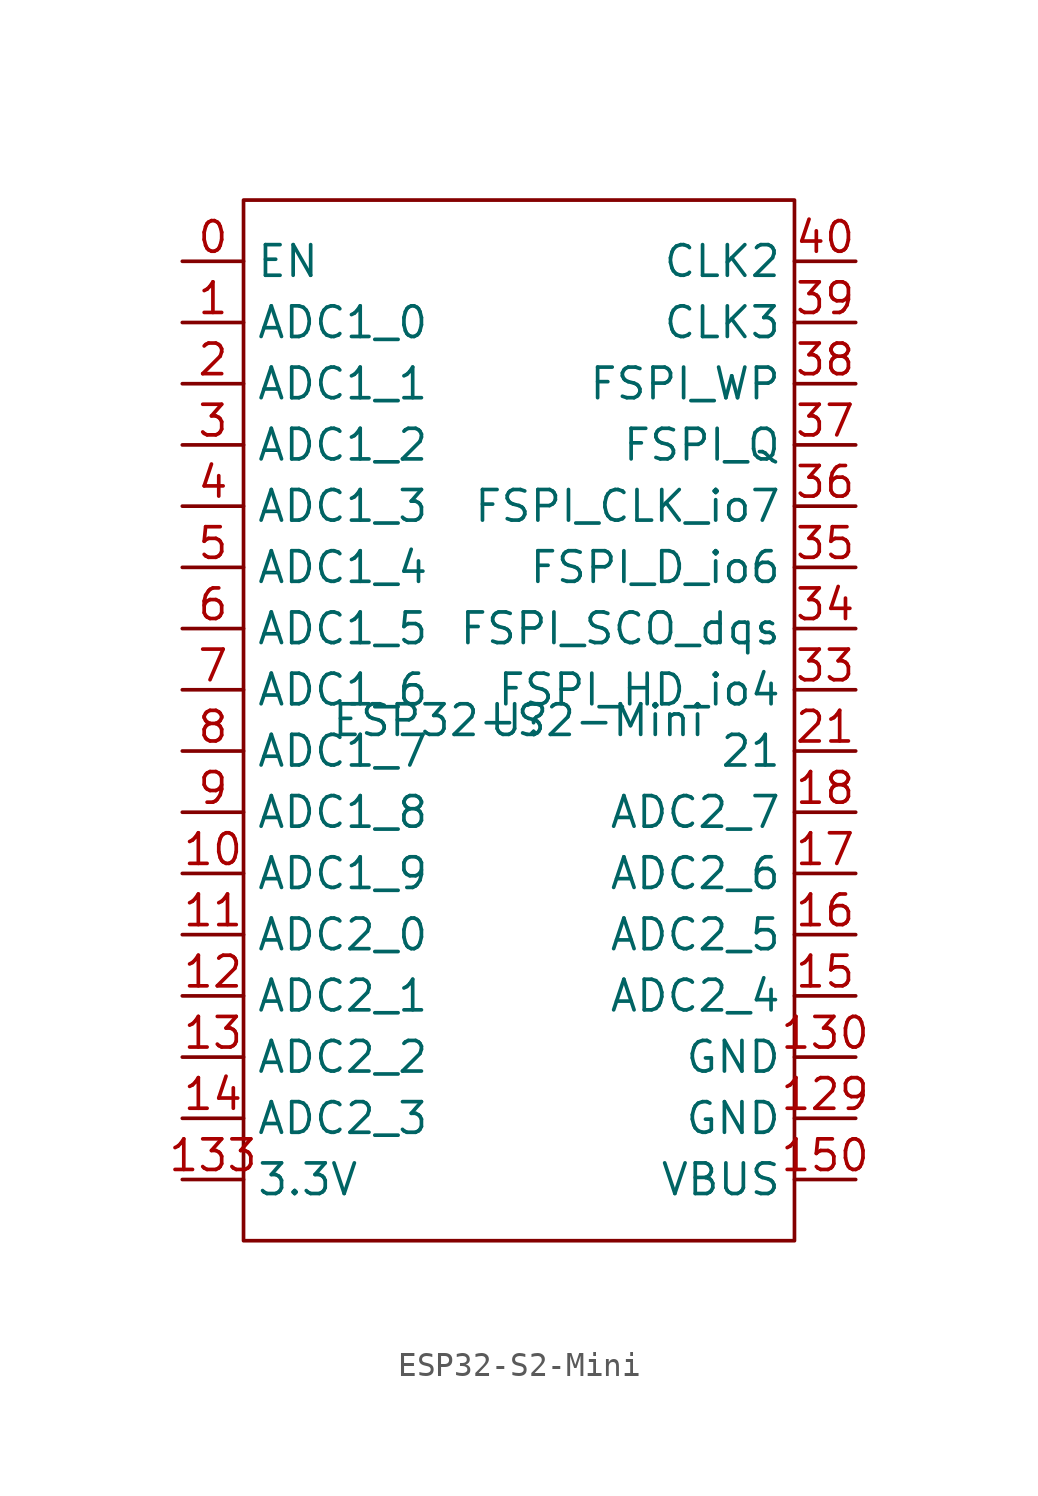
<source format=kicad_sym>
(kicad_symbol_lib
  (version 20211014)
  (generator kicad_symbol_editor)
  (symbol "ESP32-S2-Mini"
    (property "Reference" "U"
      (at 0 0 0)
      (effects (font (size 1.27 1.27))))
    (property "Value" "ESP32-S2-Mini"
      (at 0 0 0)
      (effects (font (size 1.27 1.27))))
    (symbol "ESP32-S2-Mini_0_1"
      (rectangle (start -11.43 21.59) (end 11.43 -21.59) (stroke (width 0) (type default) (color 0 0 0 0)) (fill (type none))))
    (symbol "ESP32-S2-Mini_1_1"
      (pin input line (at -13.97 19.05 0) (length 2.54) (name "EN" (effects (font (size 1.27 1.27)))) (number "0" (effects (font (size 1.27 1.27)))))
      (pin input line (at -13.97 16.51 0) (length 2.54) (name "ADC1_0" (effects (font (size 1.27 1.27)))) (number "1" (effects (font (size 1.27 1.27)))))
      (pin input line (at -13.97 -6.35 0) (length 2.54) (name "ADC1_9" (effects (font (size 1.27 1.27)))) (number "10" (effects (font (size 1.27 1.27)))))
      (pin input line (at -13.97 -8.89 0) (length 2.54) (name "ADC2_0" (effects (font (size 1.27 1.27)))) (number "11" (effects (font (size 1.27 1.27)))))
      (pin input line (at -13.97 -11.43 0) (length 2.54) (name "ADC2_1" (effects (font (size 1.27 1.27)))) (number "12" (effects (font (size 1.27 1.27)))))
      (pin input line (at 13.97 -16.51 180) (length 2.54) (name "GND" (effects (font (size 1.27 1.27)))) (number "129" (effects (font (size 1.27 1.27)))))
      (pin input line (at -13.97 -13.97 0) (length 2.54) (name "ADC2_2" (effects (font (size 1.27 1.27)))) (number "13" (effects (font (size 1.27 1.27)))))
      (pin input line (at 13.97 -13.97 180) (length 2.54) (name "GND" (effects (font (size 1.27 1.27)))) (number "130" (effects (font (size 1.27 1.27)))))
      (pin input line (at -13.97 -19.05 0) (length 2.54) (name "3.3V" (effects (font (size 1.27 1.27)))) (number "133" (effects (font (size 1.27 1.27)))))
      (pin input line (at -13.97 -16.51 0) (length 2.54) (name "ADC2_3" (effects (font (size 1.27 1.27)))) (number "14" (effects (font (size 1.27 1.27)))))
      (pin input line (at 13.97 -11.43 180) (length 2.54) (name "ADC2_4" (effects (font (size 1.27 1.27)))) (number "15" (effects (font (size 1.27 1.27)))))
      (pin input line (at 13.97 -19.05 180) (length 2.54) (name "VBUS" (effects (font (size 1.27 1.27)))) (number "150" (effects (font (size 1.27 1.27)))))
      (pin input line (at 13.97 -8.89 180) (length 2.54) (name "ADC2_5" (effects (font (size 1.27 1.27)))) (number "16" (effects (font (size 1.27 1.27)))))
      (pin input line (at 13.97 -6.35 180) (length 2.54) (name "ADC2_6" (effects (font (size 1.27 1.27)))) (number "17" (effects (font (size 1.27 1.27)))))
      (pin input line (at 13.97 -3.81 180) (length 2.54) (name "ADC2_7" (effects (font (size 1.27 1.27)))) (number "18" (effects (font (size 1.27 1.27)))))
      (pin input line (at -13.97 13.97 0) (length 2.54) (name "ADC1_1" (effects (font (size 1.27 1.27)))) (number "2" (effects (font (size 1.27 1.27)))))
      (pin input line (at 13.97 -1.27 180) (length 2.54) (name "21" (effects (font (size 1.27 1.27)))) (number "21" (effects (font (size 1.27 1.27)))))
      (pin input line (at -13.97 11.43 0) (length 2.54) (name "ADC1_2" (effects (font (size 1.27 1.27)))) (number "3" (effects (font (size 1.27 1.27)))))
      (pin input line (at 13.97 1.27 180) (length 2.54) (name "FSPI_HD_io4" (effects (font (size 1.27 1.27)))) (number "33" (effects (font (size 1.27 1.27)))))
      (pin input line (at 13.97 3.81 180) (length 2.54) (name "FSPI_SCO_dqs" (effects (font (size 1.27 1.27)))) (number "34" (effects (font (size 1.27 1.27)))))
      (pin input line (at 13.97 6.35 180) (length 2.54) (name "FSPI_D_io6" (effects (font (size 1.27 1.27)))) (number "35" (effects (font (size 1.27 1.27)))))
      (pin input line (at 13.97 8.89 180) (length 2.54) (name "FSPI_CLK_io7" (effects (font (size 1.27 1.27)))) (number "36" (effects (font (size 1.27 1.27)))))
      (pin input line (at 13.97 11.43 180) (length 2.54) (name "FSPI_Q" (effects (font (size 1.27 1.27)))) (number "37" (effects (font (size 1.27 1.27)))))
      (pin input line (at 13.97 13.97 180) (length 2.54) (name "FSPI_WP" (effects (font (size 1.27 1.27)))) (number "38" (effects (font (size 1.27 1.27)))))
      (pin input line (at 13.97 16.51 180) (length 2.54) (name "CLK3" (effects (font (size 1.27 1.27)))) (number "39" (effects (font (size 1.27 1.27)))))
      (pin input line (at -13.97 8.89 0) (length 2.54) (name "ADC1_3" (effects (font (size 1.27 1.27)))) (number "4" (effects (font (size 1.27 1.27)))))
      (pin input line (at 13.97 19.05 180) (length 2.54) (name "CLK2" (effects (font (size 1.27 1.27)))) (number "40" (effects (font (size 1.27 1.27)))))
      (pin input line (at -13.97 6.35 0) (length 2.54) (name "ADC1_4" (effects (font (size 1.27 1.27)))) (number "5" (effects (font (size 1.27 1.27)))))
      (pin input line (at -13.97 3.81 0) (length 2.54) (name "ADC1_5" (effects (font (size 1.27 1.27)))) (number "6" (effects (font (size 1.27 1.27)))))
      (pin input line (at -13.97 1.27 0) (length 2.54) (name "ADC1_6" (effects (font (size 1.27 1.27)))) (number "7" (effects (font (size 1.27 1.27)))))
      (pin input line (at -13.97 -1.27 0) (length 2.54) (name "ADC1_7" (effects (font (size 1.27 1.27)))) (number "8" (effects (font (size 1.27 1.27)))))
      (pin input line (at -13.97 -3.81 0) (length 2.54) (name "ADC1_8" (effects (font (size 1.27 1.27)))) (number "9" (effects (font (size 1.27 1.27))))))))
</source>
